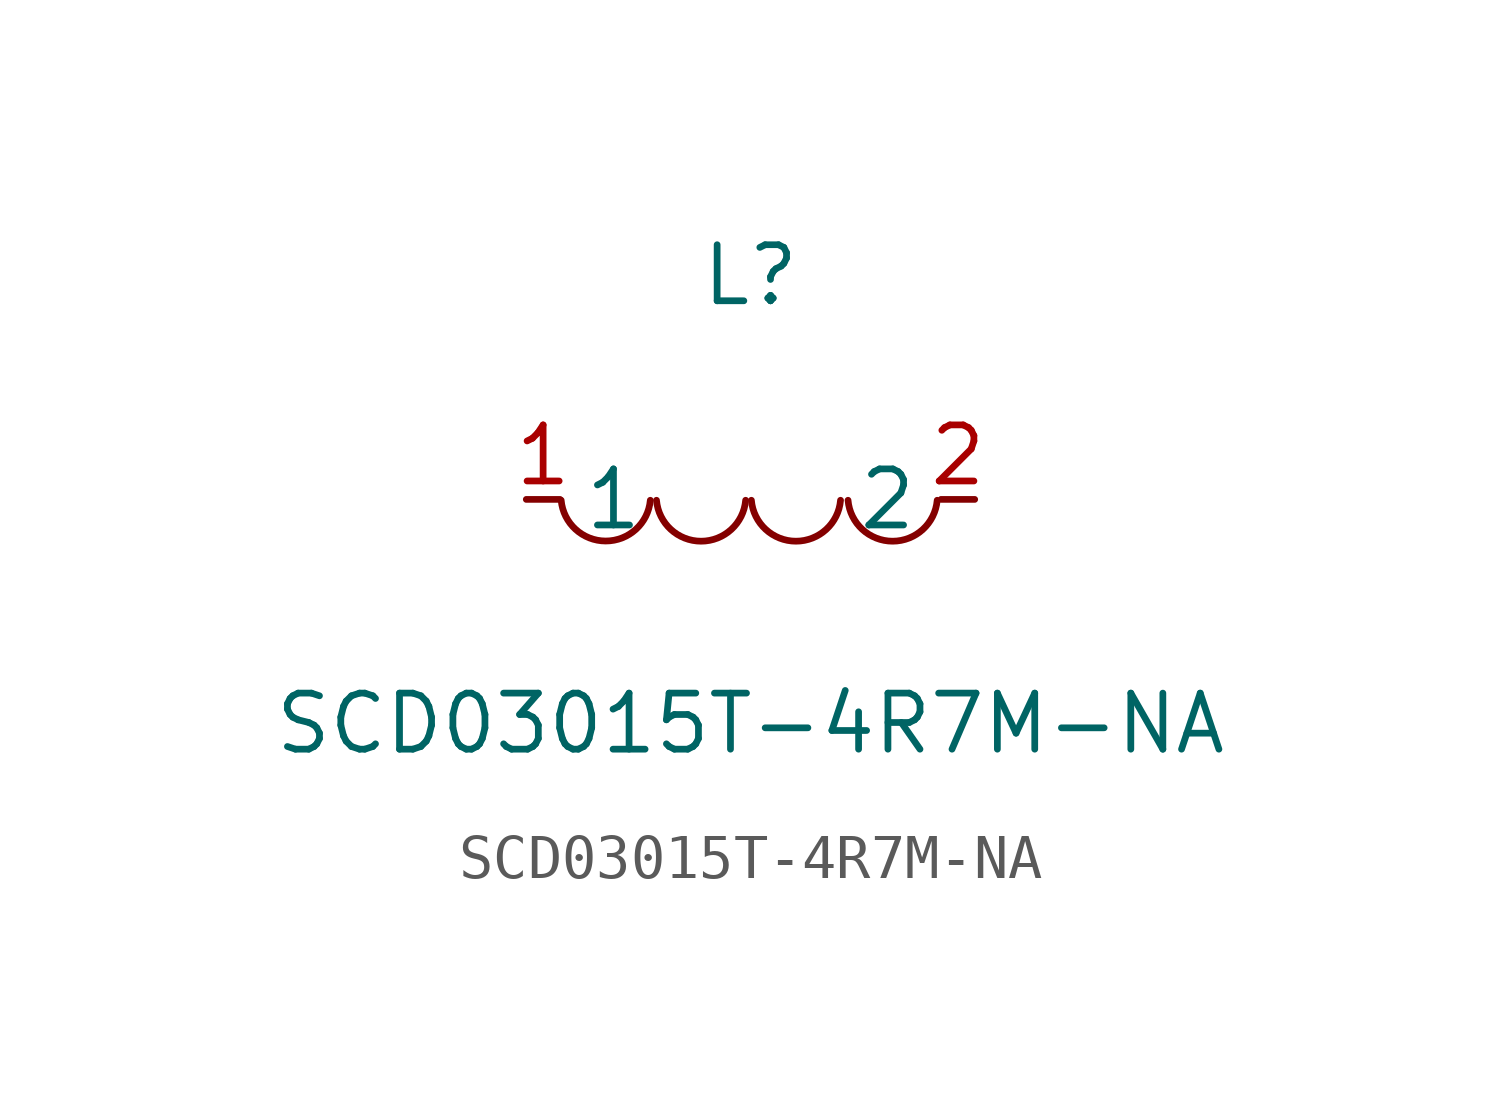
<source format=kicad_sym>
(kicad_symbol_lib
  (version 20211014)
  (generator https://github.com/uPesy/easyeda2kicad.py)
  (symbol "SCD03015T-4R7M-NA"
    (property "Reference" "L"
      (at 0 5.08 0)
      (effects (font (size 1.27 1.27))))
    (property "Value" "SCD03015T-4R7M-NA"
      (at 0 -5.08 0)
      (effects (font (size 1.27 1.27))))
    (symbol "SCD03015T-4R7M-NA_0_1"
      (arc (start -4.29 -0.02) (mid -2.81 -1.01) (end -2.27 -0.02) (stroke (width 0) (type default) (color 0 0 0 0)) (fill (type none)))
      (arc (start -2.13 -0.02) (mid -0.66 -1.01) (end -0.11 -0.02) (stroke (width 0) (type default) (color 0 0 0 0)) (fill (type none)))
      (arc (start 0.02 -0.02) (mid 1.49 -1.01) (end 2.04 -0.02) (stroke (width 0) (type default) (color 0 0 0 0)) (fill (type none)))
      (arc (start 2.21 -0.02) (mid 3.68 -1.01) (end 4.23 -0.02) (stroke (width 0) (type default) (color 0 0 0 0)) (fill (type none)))
      (pin unspecified line (at 5.08 -0.00 180) (length 0.762) (name "2" (effects (font (size 1.27 1.27)))) (number "2" (effects (font (size 1.27 1.27)))))
      (pin unspecified line (at -5.08 -0.00 0) (length 0.762) (name "1" (effects (font (size 1.27 1.27)))) (number "1" (effects (font (size 1.27 1.27))))))))
</source>
